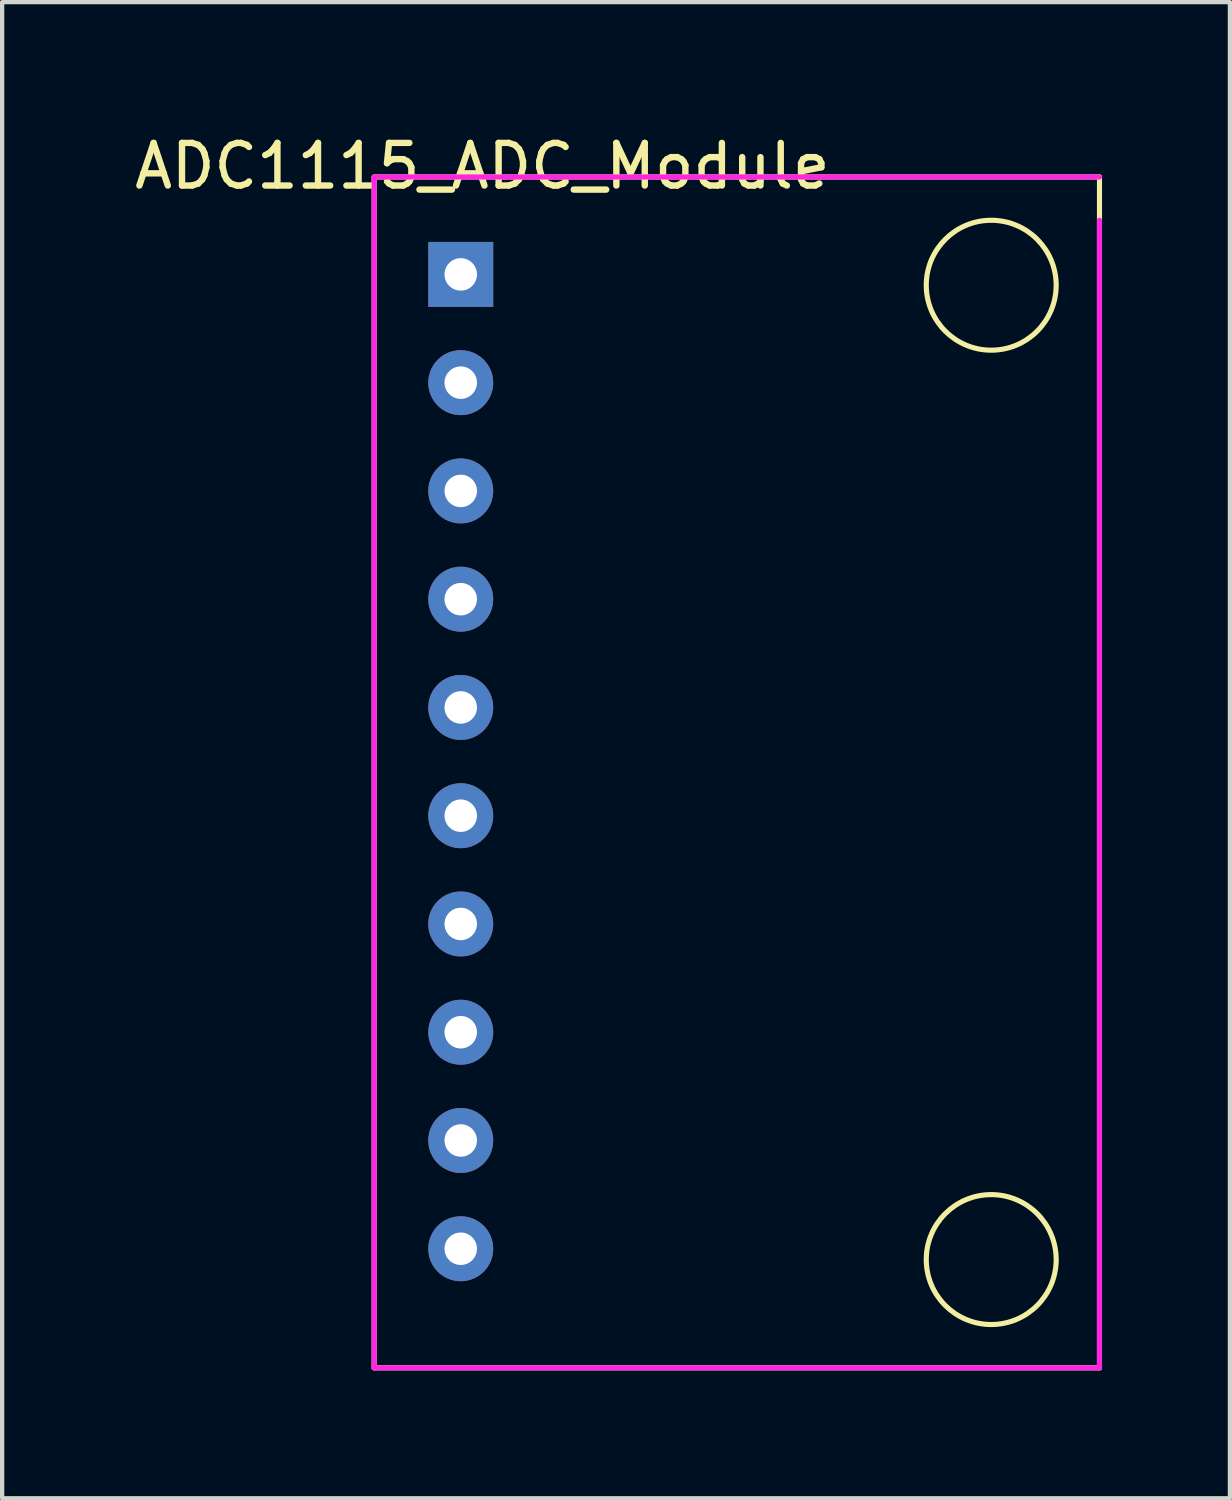
<source format=kicad_pcb>
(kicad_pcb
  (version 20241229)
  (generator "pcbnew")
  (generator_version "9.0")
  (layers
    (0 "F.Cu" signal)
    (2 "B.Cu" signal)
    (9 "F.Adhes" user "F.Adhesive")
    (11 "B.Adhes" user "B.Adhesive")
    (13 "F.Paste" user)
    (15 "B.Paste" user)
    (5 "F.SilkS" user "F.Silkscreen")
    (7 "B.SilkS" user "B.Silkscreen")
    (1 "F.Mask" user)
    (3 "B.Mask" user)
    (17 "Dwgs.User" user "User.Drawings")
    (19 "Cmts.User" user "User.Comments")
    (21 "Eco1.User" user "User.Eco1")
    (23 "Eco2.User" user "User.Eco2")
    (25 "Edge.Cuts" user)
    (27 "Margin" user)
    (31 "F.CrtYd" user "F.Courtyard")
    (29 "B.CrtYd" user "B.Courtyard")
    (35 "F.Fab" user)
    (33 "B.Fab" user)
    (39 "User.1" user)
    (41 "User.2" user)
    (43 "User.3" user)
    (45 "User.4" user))
  (footprint "ADC1115_ADC_Module"
    (layer "F.Cu")
    (at 7.76 3.388)
    (property "Reference" "ADC1115_ADC_Module" (at 0.508 -2.54 0) (layer "F.SilkS") (effects (font (size 1 1) (thickness 0.15))))
    (attr through_hole)
    (fp_line (start -2.032 -2.286) (end 14.986 -2.286) (stroke (width 0.12) (type solid)) (layer "F.SilkS"))
    (fp_line (start -2.032 25.654) (end -2.032 -2.286) (stroke (width 0.12) (type solid)) (layer "F.SilkS"))
    (fp_line (start 14.986 -2.286) (end 14.986 25.654) (stroke (width 0.12) (type solid)) (layer "F.SilkS"))
    (fp_line (start 14.986 25.654) (end -2.032 25.654) (stroke (width 0.12) (type solid)) (layer "F.SilkS"))
    (fp_circle (center 12.446 0.254) (end 12.446 -1.27) (stroke (width 0.12) (type solid)) (fill no) (layer "F.SilkS"))
    (fp_circle (center 12.446 23.114) (end 12.446 21.59) (stroke (width 0.12) (type solid)) (fill no) (layer "F.SilkS"))
    (fp_line (start -2.032 -2.286) (end 14.986 -2.286) (stroke (width 0.12) (type solid)) (layer "F.CrtYd"))
    (fp_line (start -2.032 25.654) (end -2.032 -2.286) (stroke (width 0.12) (type solid)) (layer "F.CrtYd"))
    (fp_line (start 14.986 -1.27) (end 14.986 25.654) (stroke (width 0.12) (type solid)) (layer "F.CrtYd"))
    (fp_line (start 14.986 25.654) (end -2.032 25.654) (stroke (width 0.12) (type solid)) (layer "F.CrtYd"))
    (pad "1" thru_hole rect (at 0 0) (size 1.524 1.524) (drill 0.762) (layers "*.Cu" "*.Mask"))
    (pad "2" thru_hole circle (at 0 2.54) (size 1.524 1.524) (drill 0.762) (layers "*.Cu" "*.Mask"))
    (pad "3" thru_hole circle (at 0 5.08) (size 1.524 1.524) (drill 0.762) (layers "*.Cu" "*.Mask"))
    (pad "4" thru_hole circle (at 0 7.62) (size 1.524 1.524) (drill 0.762) (layers "*.Cu" "*.Mask"))
    (pad "5" thru_hole circle (at 0 10.16) (size 1.524 1.524) (drill 0.762) (layers "*.Cu" "*.Mask"))
    (pad "6" thru_hole circle (at 0 12.7) (size 1.524 1.524) (drill 0.762) (layers "*.Cu" "*.Mask"))
    (pad "7" thru_hole circle (at 0 15.24) (size 1.524 1.524) (drill 0.762) (layers "*.Cu" "*.Mask"))
    (pad "8" thru_hole circle (at 0 17.78) (size 1.524 1.524) (drill 0.762) (layers "*.Cu" "*.Mask"))
    (pad "9" thru_hole circle (at 0 20.32) (size 1.524 1.524) (drill 0.762) (layers "*.Cu" "*.Mask"))
    (pad "10" thru_hole circle (at 0 22.86) (size 1.524 1.524) (drill 0.762) (layers "*.Cu" "*.Mask")))
  (gr_rect
    (start -3 -3)
    (end 25.806 32.102)
    (stroke (width 0.1) (type default))
    (fill no)
    (layer "Edge.Cuts")))
</source>
